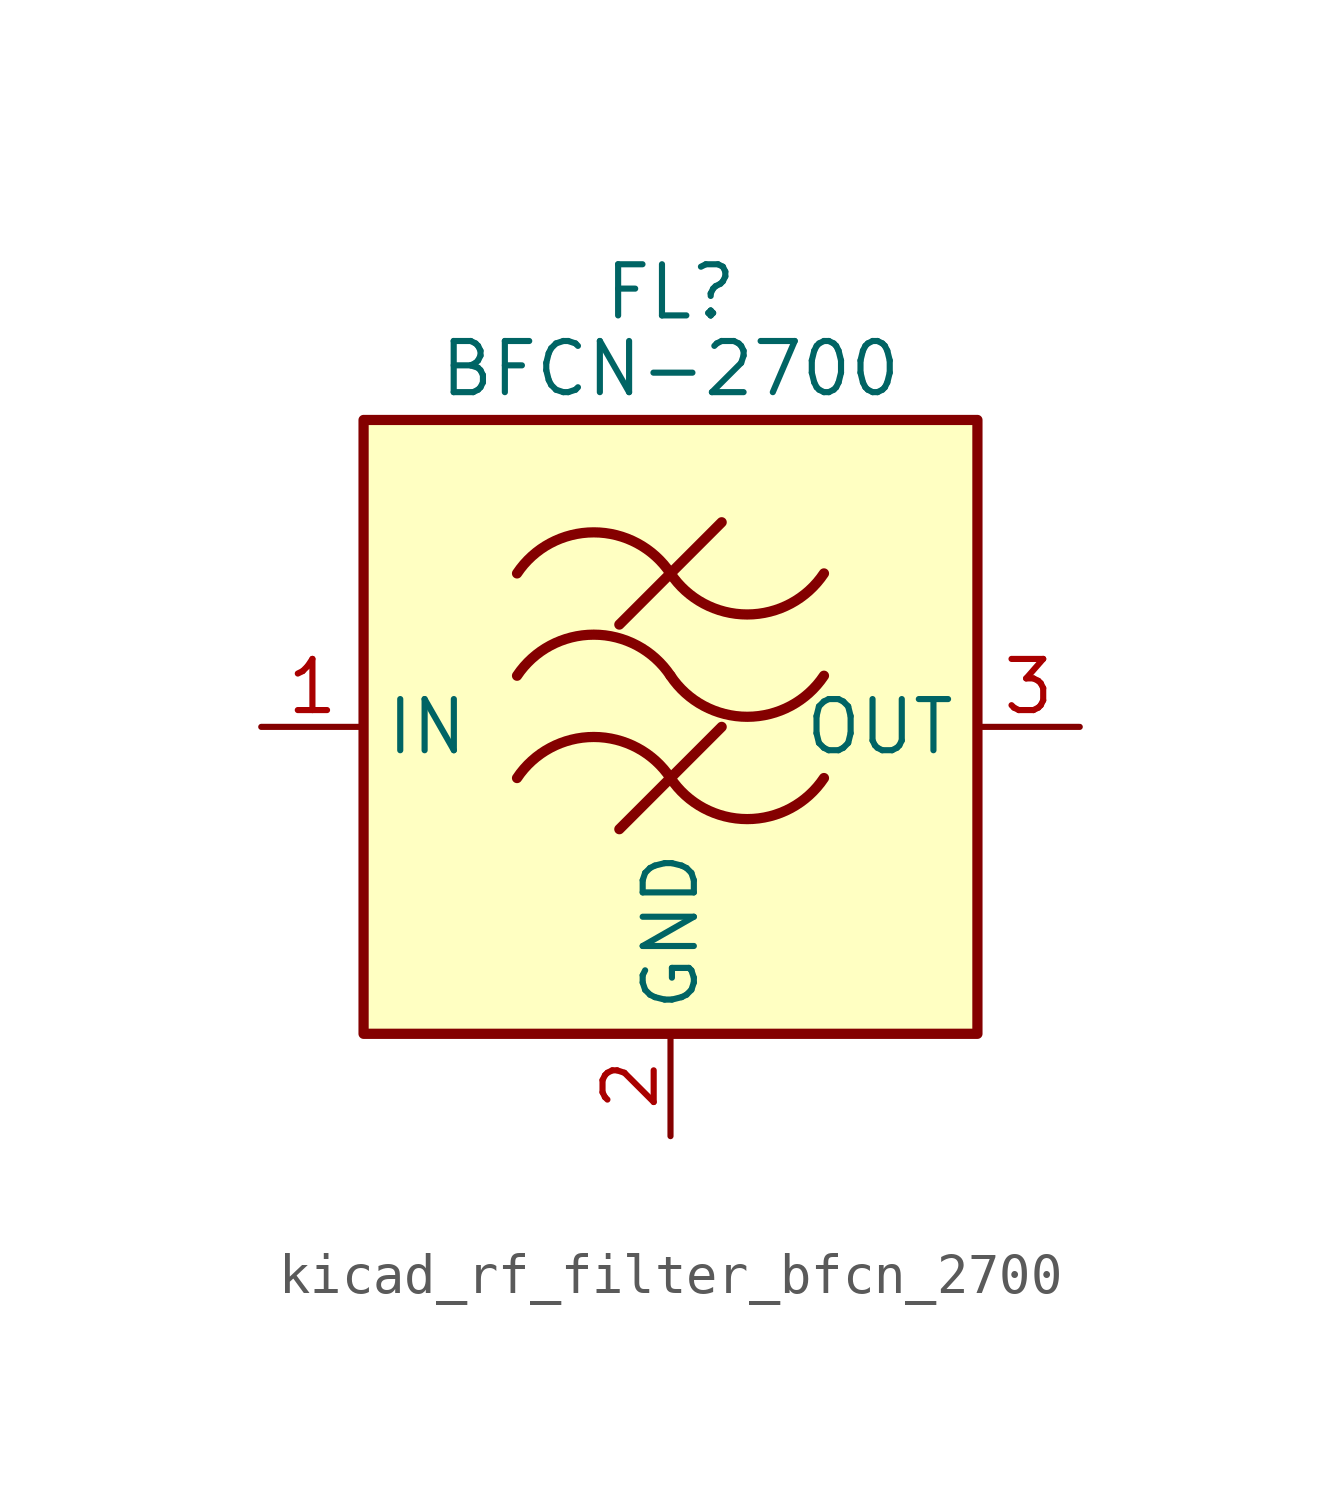
<source format=kicad_sym>
(kicad_symbol_lib
  (version 20220914)
  (generator kicad_symbol_editor)
  (symbol "kicad_rf_filter_bfcn_2700"
    (property "Reference" "FL"
      (at 0 10.795 0)
      (effects (font (size 1.27 1.27))))
    (property "Value" "BFCN-2700"
      (at 0 8.89 0)
      (effects (font (size 1.27 1.27))))
    (symbol "kicad_rf_filter_bfcn_2700_0_1"
      (rectangle (start -7.62 7.62) (end 7.62 -7.62) (stroke (width 0.254) (type default)) (fill (type background)))
      (arc (start 0 -1.27) (mid -1.905 -0.2505) (end -3.81 -1.27) (stroke (width 0.254) (type default)) (fill (type none)))
      (arc (start 0 -1.27) (mid 1.905 -2.2895) (end 3.81 -1.27) (stroke (width 0.254) (type default)) (fill (type none)))
      (polyline (pts (xy -1.27 -2.54) (xy 1.27 0)) (stroke (width 0.254) (type default)) (fill (type none)))
      (polyline (pts (xy -1.27 2.54) (xy 1.27 5.08)) (stroke (width 0.254) (type default)) (fill (type none)))
      (arc (start 0 1.27) (mid -1.905 2.2895) (end -3.81 1.27) (stroke (width 0.254) (type default)) (fill (type none)))
      (arc (start 0 1.27) (mid 1.905 0.2505) (end 3.81 1.27) (stroke (width 0.254) (type default)) (fill (type none)))
      (arc (start 0 3.81) (mid -1.905 4.8295) (end -3.81 3.81) (stroke (width 0.254) (type default)) (fill (type none)))
      (arc (start 0 3.81) (mid 1.905 2.7905) (end 3.81 3.81) (stroke (width 0.254) (type default)) (fill (type none))))
    (symbol "kicad_rf_filter_bfcn_2700_1_1"
      (pin passive line (at -10.16 0 0) (length 2.54) (name "IN" (effects (font (size 1.27 1.27)))) (number "1" (effects (font (size 1.27 1.27)))))
      (pin passive line (at 0 -10.16 90) (length 2.54) (name "GND" (effects (font (size 1.27 1.27)))) (number "2" (effects (font (size 1.27 1.27)))))
      (pin passive line (at 10.16 0 180) (length 2.54) (name "OUT" (effects (font (size 1.27 1.27)))) (number "3" (effects (font (size 1.27 1.27)))))
      (pin passive line (at 0 -10.16 90) (length 2.54) hide (name "GND" (effects (font (size 1.27 1.27)))) (number "4" (effects (font (size 1.27 1.27))))))))
</source>
